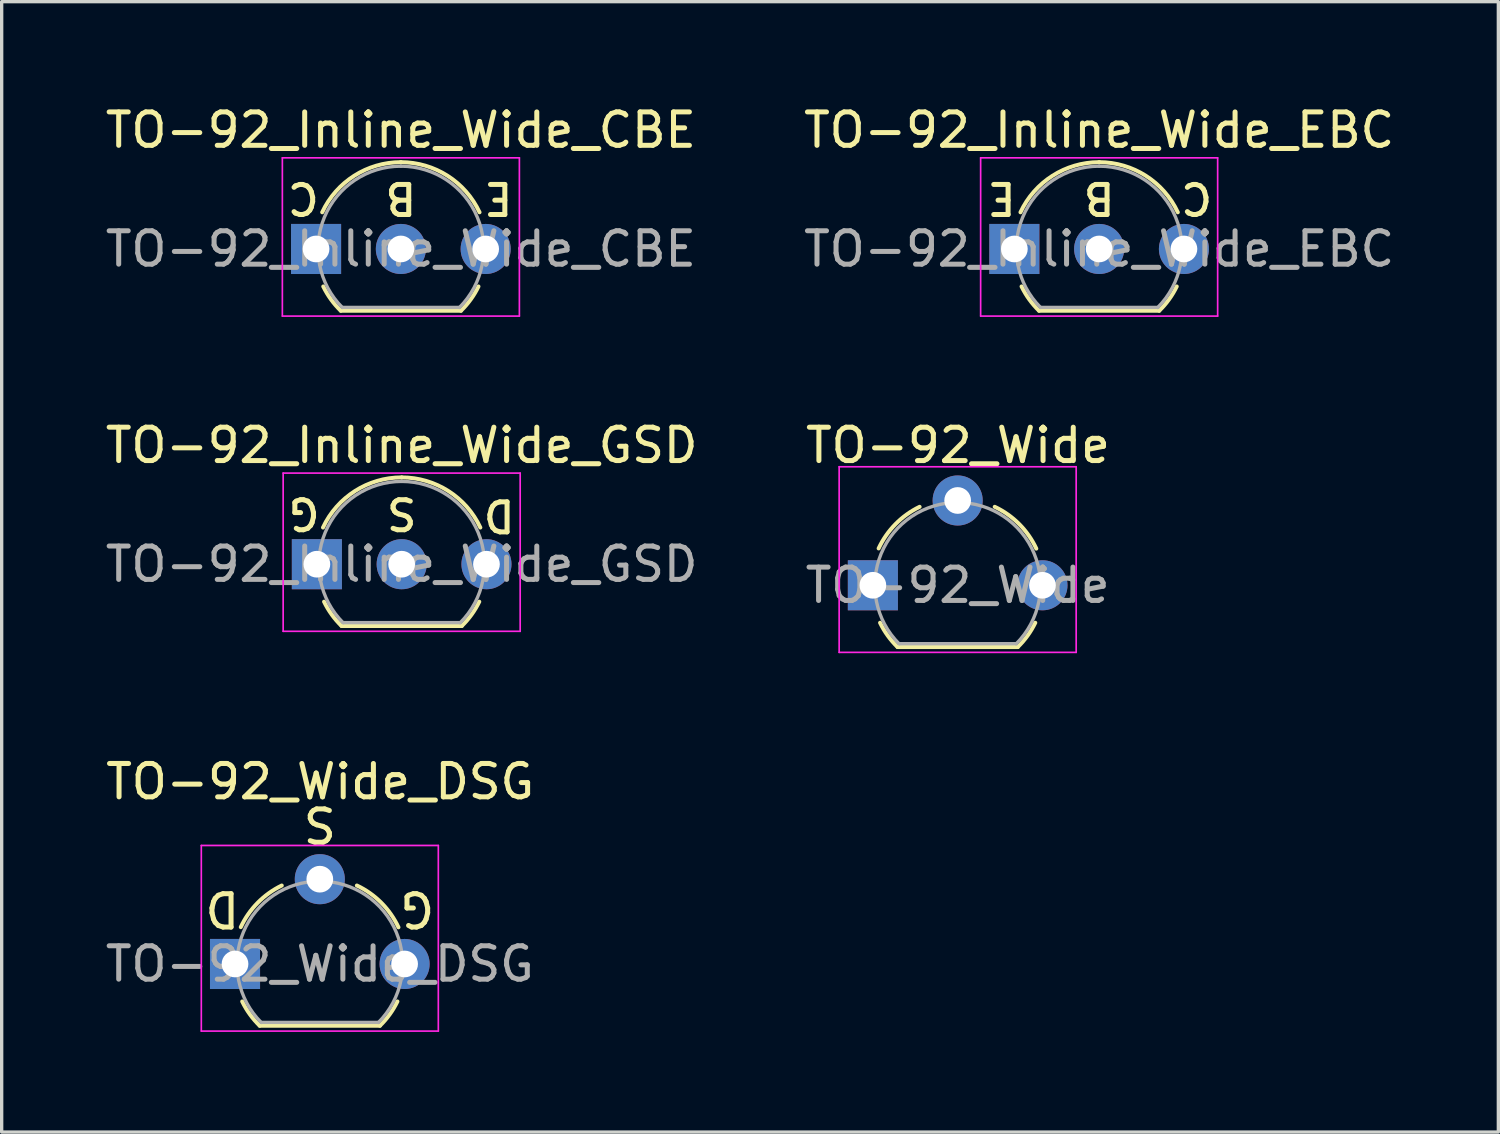
<source format=kicad_pcb>
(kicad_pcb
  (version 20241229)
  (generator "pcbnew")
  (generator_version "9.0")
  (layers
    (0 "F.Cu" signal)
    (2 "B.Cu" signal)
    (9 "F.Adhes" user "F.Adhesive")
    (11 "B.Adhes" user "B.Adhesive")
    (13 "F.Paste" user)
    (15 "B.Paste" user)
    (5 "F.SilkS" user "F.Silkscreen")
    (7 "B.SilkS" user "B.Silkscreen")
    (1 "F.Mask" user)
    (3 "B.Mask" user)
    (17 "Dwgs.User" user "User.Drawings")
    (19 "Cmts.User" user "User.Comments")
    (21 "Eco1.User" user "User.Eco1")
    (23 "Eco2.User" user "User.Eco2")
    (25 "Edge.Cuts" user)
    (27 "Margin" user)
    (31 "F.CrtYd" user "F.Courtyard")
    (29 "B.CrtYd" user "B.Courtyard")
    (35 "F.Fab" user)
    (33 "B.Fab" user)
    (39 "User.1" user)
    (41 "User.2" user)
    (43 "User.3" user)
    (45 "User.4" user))
  (footprint "TO-92_Inline_Wide_EBC"
    (layer "F.Cu")
    (at 27.335 4.408)
    (property "Reference" "TO-92_Inline_Wide_EBC" (at 2.54 -3.56 0) (layer "F.SilkS") (effects (font (size 1 1) (thickness 0.15))))
    (fp_line (start 0.74 1.85) (end 4.34 1.85) (stroke (width 0.12) (type solid)) (layer "F.SilkS"))
    (fp_arc (start 0.1836 -1.098807) (mid 1.143021 -2.192817) (end 2.54 -2.6) (stroke (width 0.12) (type solid)) (layer "F.SilkS"))
    (fp_arc (start 0.74 1.85) (mid 0.446097 1.509328) (end 0.215816 1.122795) (stroke (width 0.12) (type solid)) (layer "F.SilkS"))
    (fp_arc (start 2.54 -2.6) (mid 3.936979 -2.192818) (end 4.8964 -1.098807) (stroke (width 0.12) (type solid)) (layer "F.SilkS"))
    (fp_arc (start 4.864184 1.122795) (mid 4.633903 1.509328) (end 4.34 1.85) (stroke (width 0.12) (type solid)) (layer "F.SilkS"))
    (fp_line (start -1.01 -2.73) (end -1.01 2.01) (stroke (width 0.05) (type solid)) (layer "F.CrtYd"))
    (fp_line (start -1.01 -2.73) (end 6.09 -2.73) (stroke (width 0.05) (type solid)) (layer "F.CrtYd"))
    (fp_line (start 6.09 2.01) (end -1.01 2.01) (stroke (width 0.05) (type solid)) (layer "F.CrtYd"))
    (fp_line (start 6.09 2.01) (end 6.09 -2.73) (stroke (width 0.05) (type solid)) (layer "F.CrtYd"))
    (fp_line (start 0.8 1.75) (end 4.3 1.75) (stroke (width 0.1) (type solid)) (layer "F.Fab"))
    (fp_arc (start 0.786375 1.753625) (mid 0.248779 -0.949055) (end 2.54 -2.48) (stroke (width 0.1) (type solid)) (layer "F.Fab"))
    (fp_arc (start 2.54 -2.48) (mid 4.831221 -0.949055) (end 4.293625 1.753625) (stroke (width 0.1) (type solid)) (layer "F.Fab"))
    (fp_text user "E" (at -0.381 -1.524 180) (unlocked yes) (layer "F.SilkS") (effects (font (size 0.9 0.9) (thickness 0.15))))
    (fp_text user "C" (at 5.461 -1.524 180) (unlocked yes) (layer "F.SilkS") (effects (font (size 0.9 0.9) (thickness 0.15))))
    (fp_text user "B" (at 2.54 -1.524 180) (unlocked yes) (layer "F.SilkS") (effects (font (size 0.9 0.9) (thickness 0.15))))
    (fp_text user "${REFERENCE}" (at 2.54 0 0) (layer "F.Fab") (effects (font (size 1 1) (thickness 0.15))))
    (pad "1" thru_hole rect (at 0 0 90) (size 1.5 1.5) (drill 0.8) (layers "*.Cu" "*.Mask"))
    (pad "2" thru_hole circle (at 2.54 0 90) (size 1.5 1.5) (drill 0.8) (layers "*.Cu" "*.Mask"))
    (pad "3" thru_hole circle (at 5.08 0 90) (size 1.5 1.5) (drill 0.8) (layers "*.Cu" "*.Mask")))
  (footprint "TO-92_Inline_Wide_GSD"
    (layer "F.Cu")
    (at 6.442 13.851)
    (property "Reference" "TO-92_Inline_Wide_GSD" (at 2.54 -3.56 0) (layer "F.SilkS") (effects (font (size 1 1) (thickness 0.15))))
    (fp_line (start 0.74 1.85) (end 4.34 1.85) (stroke (width 0.12) (type solid)) (layer "F.SilkS"))
    (fp_arc (start 0.1836 -1.098807) (mid 1.143021 -2.192817) (end 2.54 -2.6) (stroke (width 0.12) (type solid)) (layer "F.SilkS"))
    (fp_arc (start 0.74 1.85) (mid 0.446097 1.509328) (end 0.215816 1.122795) (stroke (width 0.12) (type solid)) (layer "F.SilkS"))
    (fp_arc (start 2.54 -2.6) (mid 3.936979 -2.192818) (end 4.8964 -1.098807) (stroke (width 0.12) (type solid)) (layer "F.SilkS"))
    (fp_arc (start 4.864184 1.122795) (mid 4.633903 1.509328) (end 4.34 1.85) (stroke (width 0.12) (type solid)) (layer "F.SilkS"))
    (fp_line (start -1.01 -2.73) (end -1.01 2.01) (stroke (width 0.05) (type solid)) (layer "F.CrtYd"))
    (fp_line (start -1.01 -2.73) (end 6.09 -2.73) (stroke (width 0.05) (type solid)) (layer "F.CrtYd"))
    (fp_line (start 6.09 2.01) (end -1.01 2.01) (stroke (width 0.05) (type solid)) (layer "F.CrtYd"))
    (fp_line (start 6.09 2.01) (end 6.09 -2.73) (stroke (width 0.05) (type solid)) (layer "F.CrtYd"))
    (fp_line (start 0.8 1.75) (end 4.3 1.75) (stroke (width 0.1) (type solid)) (layer "F.Fab"))
    (fp_arc (start 0.786375 1.753625) (mid 0.248779 -0.949055) (end 2.54 -2.48) (stroke (width 0.1) (type solid)) (layer "F.Fab"))
    (fp_arc (start 2.54 -2.48) (mid 4.831221 -0.949055) (end 4.293625 1.753625) (stroke (width 0.1) (type solid)) (layer "F.Fab"))
    (fp_text user "S" (at 2.54 -1.524 180) (unlocked yes) (layer "F.SilkS") (effects (font (size 0.9 0.9) (thickness 0.15))))
    (fp_text user "G" (at -0.381 -1.524 180) (unlocked yes) (layer "F.SilkS") (effects (font (size 0.9 0.9) (thickness 0.15))))
    (fp_text user "D" (at 5.461 -1.46 180) (unlocked yes) (layer "F.SilkS") (effects (font (size 0.9 0.9) (thickness 0.15))))
    (fp_text user "${REFERENCE}" (at 2.54 0 0) (layer "F.Fab") (effects (font (size 1 1) (thickness 0.15))))
    (pad "1" thru_hole rect (at 0 0 90) (size 1.5 1.5) (drill 0.8) (layers "*.Cu" "*.Mask"))
    (pad "2" thru_hole circle (at 2.54 0 90) (size 1.5 1.5) (drill 0.8) (layers "*.Cu" "*.Mask"))
    (pad "3" thru_hole circle (at 5.08 0 90) (size 1.5 1.5) (drill 0.8) (layers "*.Cu" "*.Mask")))
  (footprint "TO-92_Inline_Wide_CBE"
    (layer "F.Cu")
    (at 6.418 4.408)
    (property "Reference" "TO-92_Inline_Wide_CBE" (at 2.54 -3.56 0) (layer "F.SilkS") (effects (font (size 1 1) (thickness 0.15))))
    (fp_line (start 0.74 1.85) (end 4.34 1.85) (stroke (width 0.12) (type solid)) (layer "F.SilkS"))
    (fp_arc (start 0.1836 -1.098807) (mid 1.143021 -2.192817) (end 2.54 -2.6) (stroke (width 0.12) (type solid)) (layer "F.SilkS"))
    (fp_arc (start 0.74 1.85) (mid 0.446097 1.509328) (end 0.215816 1.122795) (stroke (width 0.12) (type solid)) (layer "F.SilkS"))
    (fp_arc (start 2.54 -2.6) (mid 3.936979 -2.192818) (end 4.8964 -1.098807) (stroke (width 0.12) (type solid)) (layer "F.SilkS"))
    (fp_arc (start 4.864184 1.122795) (mid 4.633903 1.509328) (end 4.34 1.85) (stroke (width 0.12) (type solid)) (layer "F.SilkS"))
    (fp_line (start -1.01 -2.73) (end -1.01 2.01) (stroke (width 0.05) (type solid)) (layer "F.CrtYd"))
    (fp_line (start -1.01 -2.73) (end 6.09 -2.73) (stroke (width 0.05) (type solid)) (layer "F.CrtYd"))
    (fp_line (start 6.09 2.01) (end -1.01 2.01) (stroke (width 0.05) (type solid)) (layer "F.CrtYd"))
    (fp_line (start 6.09 2.01) (end 6.09 -2.73) (stroke (width 0.05) (type solid)) (layer "F.CrtYd"))
    (fp_line (start 0.8 1.75) (end 4.3 1.75) (stroke (width 0.1) (type solid)) (layer "F.Fab"))
    (fp_arc (start 0.786375 1.753625) (mid 0.248779 -0.949055) (end 2.54 -2.48) (stroke (width 0.1) (type solid)) (layer "F.Fab"))
    (fp_arc (start 2.54 -2.48) (mid 4.831221 -0.949055) (end 4.293625 1.753625) (stroke (width 0.1) (type solid)) (layer "F.Fab"))
    (fp_text user "C" (at -0.381 -1.524 180) (unlocked yes) (layer "F.SilkS") (effects (font (size 0.9 0.9) (thickness 0.15))))
    (fp_text user "B" (at 2.54 -1.524 180) (unlocked yes) (layer "F.SilkS") (effects (font (size 0.9 0.9) (thickness 0.15))))
    (fp_text user "E" (at 5.461 -1.524 180) (unlocked yes) (layer "F.SilkS") (effects (font (size 0.9 0.9) (thickness 0.15))))
    (fp_text user "${REFERENCE}" (at 2.54 0 0) (layer "F.Fab") (effects (font (size 1 1) (thickness 0.15))))
    (pad "1" thru_hole rect (at 0 0 90) (size 1.5 1.5) (drill 0.8) (layers "*.Cu" "*.Mask"))
    (pad "2" thru_hole circle (at 2.54 0 90) (size 1.5 1.5) (drill 0.8) (layers "*.Cu" "*.Mask"))
    (pad "3" thru_hole circle (at 5.08 0 90) (size 1.5 1.5) (drill 0.8) (layers "*.Cu" "*.Mask")))
  (footprint "TO-92_Wide_DSG"
    (layer "F.Cu")
    (at 3.99 25.826)
    (property "Reference" "TO-92_Wide_DSG" (at 2.55 -5.461 0) (layer "F.SilkS") (effects (font (size 1 1) (thickness 0.15))))
    (fp_line (start 0.74 1.85) (end 4.34 1.85) (stroke (width 0.12) (type solid)) (layer "F.SilkS"))
    (fp_arc (start 0.172801 -1.103842) (mid 0.678995 -1.832692) (end 1.4 -2.35) (stroke (width 0.12) (type solid)) (layer "F.SilkS"))
    (fp_arc (start 0.74 1.85) (mid 0.446097 1.509328) (end 0.215816 1.122795) (stroke (width 0.12) (type solid)) (layer "F.SilkS"))
    (fp_arc (start 3.65 -2.35) (mid 4.382279 -1.833196) (end 4.895458 -1.098371) (stroke (width 0.12) (type solid)) (layer "F.SilkS"))
    (fp_arc (start 4.864184 1.122795) (mid 4.633903 1.509328) (end 4.34 1.85) (stroke (width 0.12) (type solid)) (layer "F.SilkS"))
    (fp_line (start -1.01 -3.55) (end -1.01 2.01) (stroke (width 0.05) (type solid)) (layer "F.CrtYd"))
    (fp_line (start -1.01 -3.55) (end 6.09 -3.55) (stroke (width 0.05) (type solid)) (layer "F.CrtYd"))
    (fp_line (start 6.09 2.01) (end -1.01 2.01) (stroke (width 0.05) (type solid)) (layer "F.CrtYd"))
    (fp_line (start 6.09 2.01) (end 6.09 -3.55) (stroke (width 0.05) (type solid)) (layer "F.CrtYd"))
    (fp_line (start 0.8 1.75) (end 4.3 1.75) (stroke (width 0.1) (type solid)) (layer "F.Fab"))
    (fp_arc (start 0.786375 1.753625) (mid 0.248779 -0.949055) (end 2.54 -2.48) (stroke (width 0.1) (type solid)) (layer "F.Fab"))
    (fp_arc (start 2.54 -2.48) (mid 4.831221 -0.949055) (end 4.293625 1.753625) (stroke (width 0.1) (type solid)) (layer "F.Fab"))
    (fp_text user "G" (at 5.461 -1.651 180) (unlocked yes) (layer "F.SilkS") (effects (font (size 1 1) (thickness 0.15))))
    (fp_text user "D" (at -0.381 -1.651 180) (unlocked yes) (layer "F.SilkS") (effects (font (size 1 1) (thickness 0.15))))
    (fp_text user "S" (at 2.54 -4.191 180) (unlocked yes) (layer "F.SilkS") (effects (font (size 1 1) (thickness 0.15))))
    (fp_text user "${REFERENCE}" (at 2.54 0 0) (layer "F.Fab") (effects (font (size 1 1) (thickness 0.15))))
    (pad "1" thru_hole rect (at 0 0 90) (size 1.5 1.5) (drill 0.8) (layers "*.Cu" "*.Mask"))
    (pad "2" thru_hole circle (at 2.54 -2.54 90) (size 1.5 1.5) (drill 0.8) (layers "*.Cu" "*.Mask"))
    (pad "3" thru_hole circle (at 5.08 0 90) (size 1.5 1.5) (drill 0.8) (layers "*.Cu" "*.Mask")))
  (footprint "TO-92_Wide"
    (layer "F.Cu")
    (at 23.097 14.482)
    (property "Reference" "TO-92_Wide" (at 2.55 -4.19 0) (layer "F.SilkS") (effects (font (size 1 1) (thickness 0.15))))
    (attr through_hole)
    (fp_line (start 0.74 1.85) (end 4.34 1.85) (stroke (width 0.12) (type solid)) (layer "F.SilkS"))
    (fp_arc (start 0.172801 -1.103842) (mid 0.678995 -1.832692) (end 1.4 -2.35) (stroke (width 0.12) (type solid)) (layer "F.SilkS"))
    (fp_arc (start 0.74 1.85) (mid 0.446097 1.509328) (end 0.215816 1.122795) (stroke (width 0.12) (type solid)) (layer "F.SilkS"))
    (fp_arc (start 3.65 -2.35) (mid 4.382279 -1.833196) (end 4.895458 -1.098371) (stroke (width 0.12) (type solid)) (layer "F.SilkS"))
    (fp_arc (start 4.864184 1.122795) (mid 4.633903 1.509328) (end 4.34 1.85) (stroke (width 0.12) (type solid)) (layer "F.SilkS"))
    (fp_line (start -1.01 -3.55) (end -1.01 2.01) (stroke (width 0.05) (type solid)) (layer "F.CrtYd"))
    (fp_line (start -1.01 -3.55) (end 6.09 -3.55) (stroke (width 0.05) (type solid)) (layer "F.CrtYd"))
    (fp_line (start 6.09 2.01) (end -1.01 2.01) (stroke (width 0.05) (type solid)) (layer "F.CrtYd"))
    (fp_line (start 6.09 2.01) (end 6.09 -3.55) (stroke (width 0.05) (type solid)) (layer "F.CrtYd"))
    (fp_line (start 0.8 1.75) (end 4.3 1.75) (stroke (width 0.1) (type solid)) (layer "F.Fab"))
    (fp_arc (start 0.786375 1.753625) (mid 0.248779 -0.949055) (end 2.54 -2.48) (stroke (width 0.1) (type solid)) (layer "F.Fab"))
    (fp_arc (start 2.54 -2.48) (mid 4.831221 -0.949055) (end 4.293625 1.753625) (stroke (width 0.1) (type solid)) (layer "F.Fab"))
    (fp_text user "${REFERENCE}" (at 2.54 0 0) (layer "F.Fab") (effects (font (size 1 1) (thickness 0.15))))
    (pad "1" thru_hole rect (at 0 0 90) (size 1.5 1.5) (drill 0.8) (layers "*.Cu" "*.Mask"))
    (pad "2" thru_hole circle (at 2.54 -2.54 90) (size 1.5 1.5) (drill 0.8) (layers "*.Cu" "*.Mask"))
    (pad "3" thru_hole circle (at 5.08 0 90) (size 1.5 1.5) (drill 0.8) (layers "*.Cu" "*.Mask")))
  (gr_rect
    (start -3 -3)
    (end 41.833 30.861)
    (stroke (width 0.1) (type default))
    (fill no)
    (layer "Edge.Cuts")))
</source>
